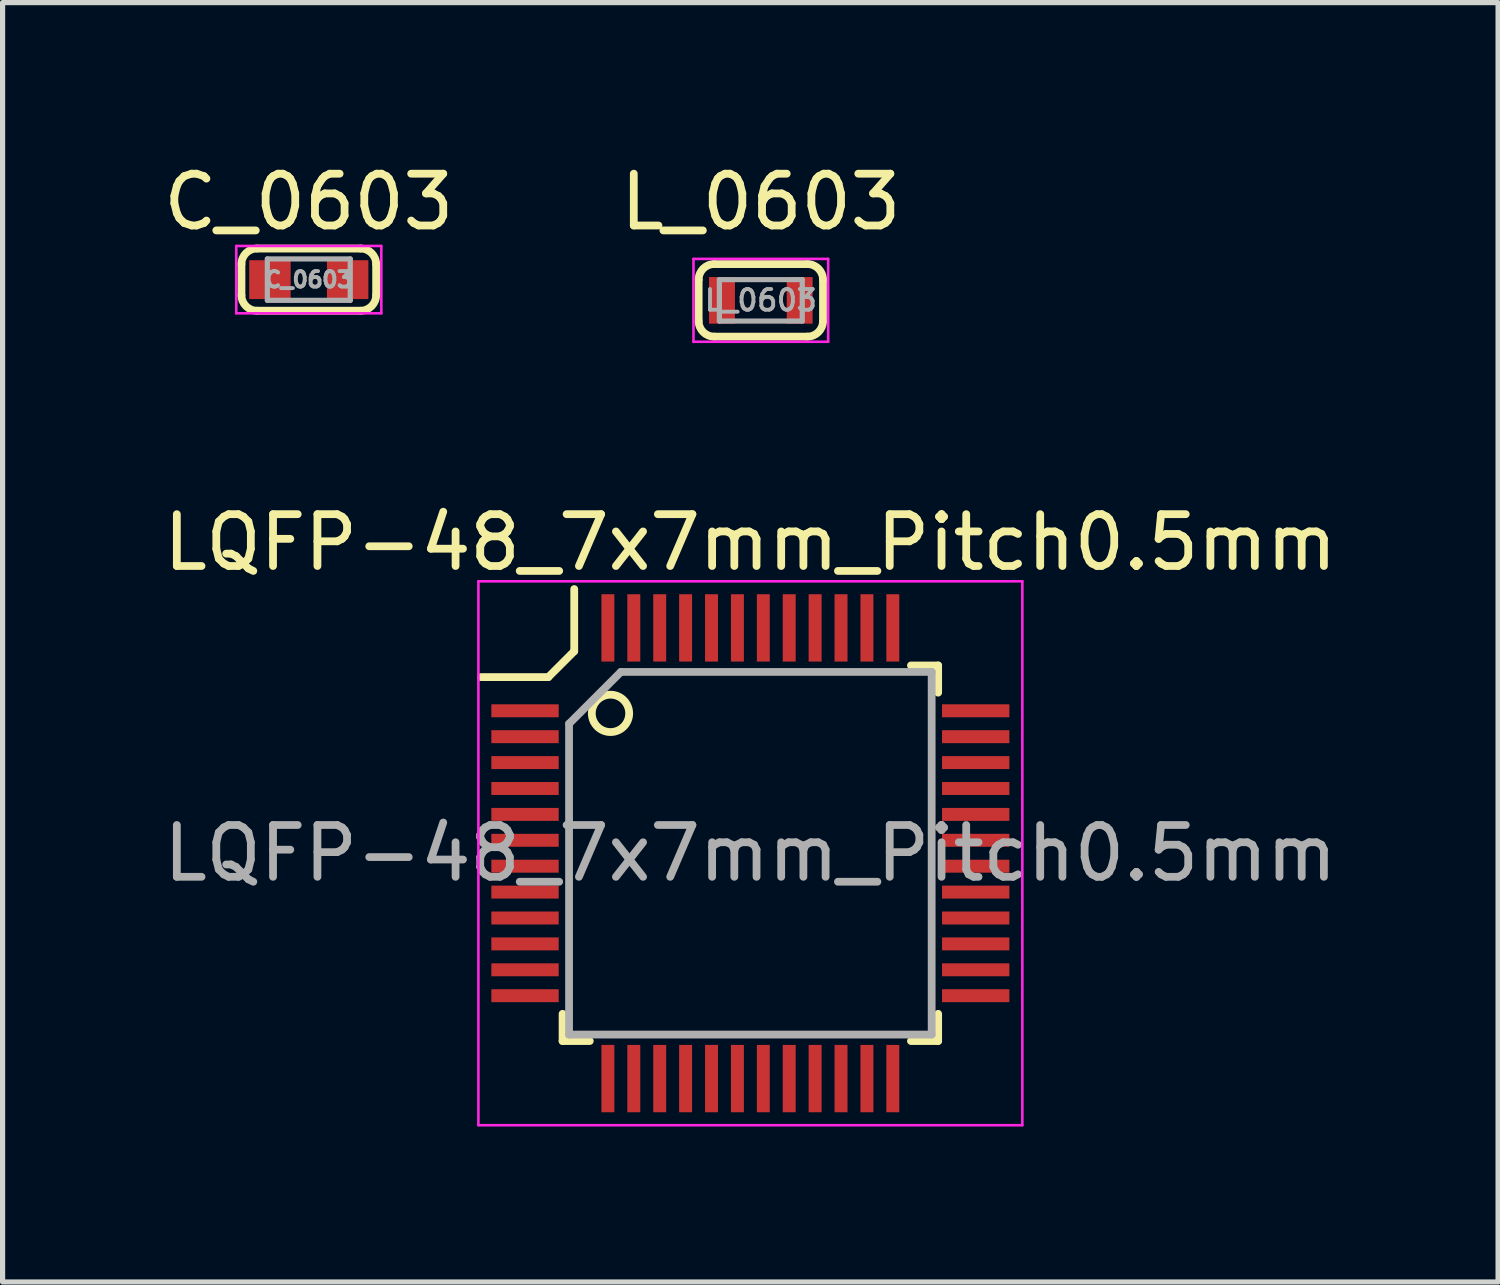
<source format=kicad_pcb>
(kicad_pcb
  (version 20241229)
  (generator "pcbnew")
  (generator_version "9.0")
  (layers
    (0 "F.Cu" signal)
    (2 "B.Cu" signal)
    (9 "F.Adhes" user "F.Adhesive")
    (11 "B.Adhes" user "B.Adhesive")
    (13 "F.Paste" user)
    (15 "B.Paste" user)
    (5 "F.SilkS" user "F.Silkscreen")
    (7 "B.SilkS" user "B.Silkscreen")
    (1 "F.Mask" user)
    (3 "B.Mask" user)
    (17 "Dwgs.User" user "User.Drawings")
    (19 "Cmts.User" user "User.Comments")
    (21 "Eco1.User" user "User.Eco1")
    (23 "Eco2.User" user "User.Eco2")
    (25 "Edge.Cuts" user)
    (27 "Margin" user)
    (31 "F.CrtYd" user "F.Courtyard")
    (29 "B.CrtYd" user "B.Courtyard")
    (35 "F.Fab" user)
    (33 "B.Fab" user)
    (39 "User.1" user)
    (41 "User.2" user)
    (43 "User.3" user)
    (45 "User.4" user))
  (footprint "C_0603"
    (layer "F.Cu")
    (at 2.911 2.348)
    (property "Reference" "C_0603" (at 0 -1.5 0) (layer "F.SilkS") (effects (font (size 1 1) (thickness 0.15))))
    (attr smd)
    (fp_line (start -1.3 0.3) (end -1.3 -0.3) (stroke (width 0.15) (type solid)) (layer "F.SilkS"))
    (fp_line (start -1 -0.6) (end 1 -0.6) (stroke (width 0.15) (type solid)) (layer "F.SilkS"))
    (fp_line (start 1 0.6) (end -1 0.6) (stroke (width 0.15) (type solid)) (layer "F.SilkS"))
    (fp_line (start 1.3 -0.3) (end 1.3 0.3) (stroke (width 0.15) (type solid)) (layer "F.SilkS"))
    (fp_arc (start -1.3 -0.3) (mid -1.212132 -0.512132) (end -1 -0.6) (stroke (width 0.15) (type solid)) (layer "F.SilkS"))
    (fp_arc (start -1 0.6) (mid -1.212132 0.512132) (end -1.3 0.3) (stroke (width 0.15) (type solid)) (layer "F.SilkS"))
    (fp_arc (start 1 -0.6) (mid 1.212132 -0.512132) (end 1.3 -0.3) (stroke (width 0.15) (type solid)) (layer "F.SilkS"))
    (fp_arc (start 1.3 0.3) (mid 1.212132 0.512132) (end 1 0.6) (stroke (width 0.15) (type solid)) (layer "F.SilkS"))
    (fp_line (start -1.4 -0.65) (end -1.4 0.65) (stroke (width 0.05) (type solid)) (layer "F.CrtYd"))
    (fp_line (start -1.4 -0.65) (end 1.4 -0.65) (stroke (width 0.05) (type solid)) (layer "F.CrtYd"))
    (fp_line (start 1.4 0.65) (end -1.4 0.65) (stroke (width 0.05) (type solid)) (layer "F.CrtYd"))
    (fp_line (start 1.4 0.65) (end 1.4 -0.65) (stroke (width 0.05) (type solid)) (layer "F.CrtYd"))
    (fp_line (start -0.8 -0.4) (end 0.8 -0.4) (stroke (width 0.1) (type solid)) (layer "F.Fab"))
    (fp_line (start -0.8 0.4) (end -0.8 -0.4) (stroke (width 0.1) (type solid)) (layer "F.Fab"))
    (fp_line (start 0.8 -0.4) (end 0.8 0.4) (stroke (width 0.1) (type solid)) (layer "F.Fab"))
    (fp_line (start 0.8 0.4) (end -0.8 0.4) (stroke (width 0.1) (type solid)) (layer "F.Fab"))
    (fp_text user "${REFERENCE}" (at 0 0 0) (layer "F.Fab") (effects (font (size 0.3 0.3) (thickness 0.075))))
    (pad "1" smd rect (at -0.75 0) (size 0.8 0.75) (layers "F.Cu" "F.Mask" "F.Paste"))
    (pad "2" smd rect (at 0.75 0) (size 0.8 0.75) (layers "F.Cu" "F.Mask" "F.Paste")))
  (footprint "L_0603"
    (layer "F.Cu")
    (at 11.637 2.748)
    (property "Reference" "L_0603" (at 0 -1.9 0) (layer "F.SilkS") (effects (font (size 1 1) (thickness 0.15))))
    (attr smd)
    (fp_line (start -1.2 -0.4) (end -1.2 0.4) (stroke (width 0.15) (type solid)) (layer "F.SilkS"))
    (fp_line (start -0.9 -0.7) (end 0.9 -0.7) (stroke (width 0.15) (type solid)) (layer "F.SilkS"))
    (fp_line (start -0.9 0.7) (end 0.9 0.7) (stroke (width 0.15) (type solid)) (layer "F.SilkS"))
    (fp_line (start 1.2 -0.4) (end 1.2 0.4) (stroke (width 0.15) (type solid)) (layer "F.SilkS"))
    (fp_arc (start -1.2 -0.4) (mid -1.112132 -0.612132) (end -0.9 -0.7) (stroke (width 0.15) (type solid)) (layer "F.SilkS"))
    (fp_arc (start -0.9 0.7) (mid -1.112132 0.612132) (end -1.2 0.4) (stroke (width 0.15) (type solid)) (layer "F.SilkS"))
    (fp_arc (start 0.9 -0.7) (mid 1.112132 -0.612132) (end 1.2 -0.4) (stroke (width 0.15) (type solid)) (layer "F.SilkS"))
    (fp_arc (start 1.2 0.4) (mid 1.112132 0.612132) (end 0.9 0.7) (stroke (width 0.15) (type solid)) (layer "F.SilkS"))
    (fp_line (start -1.3 -0.8) (end -1.3 0.8) (stroke (width 0.05) (type solid)) (layer "F.CrtYd"))
    (fp_line (start -1.3 -0.8) (end 1.3 -0.8) (stroke (width 0.05) (type solid)) (layer "F.CrtYd"))
    (fp_line (start -1.3 0.8) (end 1.3 0.8) (stroke (width 0.05) (type solid)) (layer "F.CrtYd"))
    (fp_line (start 1.3 -0.8) (end 1.3 0.8) (stroke (width 0.05) (type solid)) (layer "F.CrtYd"))
    (fp_line (start -0.8 -0.4) (end 0.8 -0.4) (stroke (width 0.1) (type solid)) (layer "F.Fab"))
    (fp_line (start -0.8 0.4) (end -0.8 -0.4) (stroke (width 0.1) (type solid)) (layer "F.Fab"))
    (fp_line (start 0.8 -0.4) (end 0.8 0.4) (stroke (width 0.1) (type solid)) (layer "F.Fab"))
    (fp_line (start 0.8 0.4) (end -0.8 0.4) (stroke (width 0.1) (type solid)) (layer "F.Fab"))
    (fp_text user "${REFERENCE}" (at 0 0 0) (layer "F.Fab") (effects (font (size 0.4 0.4) (thickness 0.075))))
    (pad "1" smd rect (at -0.75 0) (size 0.5 0.9) (layers "F.Cu" "F.Mask" "F.Paste"))
    (pad "2" smd rect (at 0.75 0) (size 0.5 0.9) (layers "F.Cu" "F.Mask" "F.Paste")))
  (footprint "LQFP-48_7x7mm_Pitch0.5mm"
    (layer "F.Cu")
    (at 11.435 13.421)
    (property "Reference" "LQFP-48_7x7mm_Pitch0.5mm" (at 0 -6 0) (layer "F.SilkS") (effects (font (size 1 1) (thickness 0.15))))
    (attr smd)
    (fp_line (start -5.2 -3.4) (end -3.9 -3.4) (stroke (width 0.15) (type solid)) (layer "F.SilkS"))
    (fp_line (start -3.9 -3.4) (end -3.4 -3.9) (stroke (width 0.15) (type solid)) (layer "F.SilkS"))
    (fp_line (start -3.625 3.625) (end -3.625 3.1) (stroke (width 0.15) (type solid)) (layer "F.SilkS"))
    (fp_line (start -3.625 3.625) (end -3.1 3.625) (stroke (width 0.15) (type solid)) (layer "F.SilkS"))
    (fp_line (start -3.4 -3.9) (end -3.4 -5.1) (stroke (width 0.15) (type solid)) (layer "F.SilkS"))
    (fp_line (start 3.625 -3.625) (end 3.1 -3.625) (stroke (width 0.15) (type solid)) (layer "F.SilkS"))
    (fp_line (start 3.625 -3.625) (end 3.625 -3.1) (stroke (width 0.15) (type solid)) (layer "F.SilkS"))
    (fp_line (start 3.625 3.625) (end 3.1 3.625) (stroke (width 0.15) (type solid)) (layer "F.SilkS"))
    (fp_line (start 3.625 3.625) (end 3.625 3.1) (stroke (width 0.15) (type solid)) (layer "F.SilkS"))
    (fp_circle (center -2.7 -2.7) (end -2.5 -2.4) (stroke (width 0.15) (type solid)) (fill no) (layer "F.SilkS"))
    (fp_line (start -5.25 -5.25) (end -5.25 5.25) (stroke (width 0.05) (type solid)) (layer "F.CrtYd"))
    (fp_line (start -5.25 -5.25) (end 5.25 -5.25) (stroke (width 0.05) (type solid)) (layer "F.CrtYd"))
    (fp_line (start -5.25 5.25) (end 5.25 5.25) (stroke (width 0.05) (type solid)) (layer "F.CrtYd"))
    (fp_line (start 5.25 -5.25) (end 5.25 5.25) (stroke (width 0.05) (type solid)) (layer "F.CrtYd"))
    (fp_line (start -3.5 -2.5) (end -2.5 -3.5) (stroke (width 0.15) (type solid)) (layer "F.Fab"))
    (fp_line (start -3.5 3.5) (end -3.5 -2.5) (stroke (width 0.15) (type solid)) (layer "F.Fab"))
    (fp_line (start -2.5 -3.5) (end 3.5 -3.5) (stroke (width 0.15) (type solid)) (layer "F.Fab"))
    (fp_line (start 3.5 -3.5) (end 3.5 3.5) (stroke (width 0.15) (type solid)) (layer "F.Fab"))
    (fp_line (start 3.5 3.5) (end -3.5 3.5) (stroke (width 0.15) (type solid)) (layer "F.Fab"))
    (fp_text user "${REFERENCE}" (at 0 0 0) (layer "F.Fab") (effects (font (size 1 1) (thickness 0.15))))
    (pad "1" smd rect (at -4.35 -2.75) (size 1.3 0.25) (layers "F.Cu" "F.Mask" "F.Paste"))
    (pad "2" smd rect (at -4.35 -2.25) (size 1.3 0.25) (layers "F.Cu" "F.Mask" "F.Paste"))
    (pad "3" smd rect (at -4.35 -1.75) (size 1.3 0.25) (layers "F.Cu" "F.Mask" "F.Paste"))
    (pad "4" smd rect (at -4.35 -1.25) (size 1.3 0.25) (layers "F.Cu" "F.Mask" "F.Paste"))
    (pad "5" smd rect (at -4.35 -0.75) (size 1.3 0.25) (layers "F.Cu" "F.Mask" "F.Paste"))
    (pad "6" smd rect (at -4.35 -0.25) (size 1.3 0.25) (layers "F.Cu" "F.Mask" "F.Paste"))
    (pad "7" smd rect (at -4.35 0.25) (size 1.3 0.25) (layers "F.Cu" "F.Mask" "F.Paste"))
    (pad "8" smd rect (at -4.35 0.75) (size 1.3 0.25) (layers "F.Cu" "F.Mask" "F.Paste"))
    (pad "9" smd rect (at -4.35 1.25) (size 1.3 0.25) (layers "F.Cu" "F.Mask" "F.Paste"))
    (pad "10" smd rect (at -4.35 1.75) (size 1.3 0.25) (layers "F.Cu" "F.Mask" "F.Paste"))
    (pad "11" smd rect (at -4.35 2.25) (size 1.3 0.25) (layers "F.Cu" "F.Mask" "F.Paste"))
    (pad "12" smd rect (at -4.35 2.75) (size 1.3 0.25) (layers "F.Cu" "F.Mask" "F.Paste"))
    (pad "13" smd rect (at -2.75 4.35 90) (size 1.3 0.25) (layers "F.Cu" "F.Mask" "F.Paste"))
    (pad "14" smd rect (at -2.25 4.35 90) (size 1.3 0.25) (layers "F.Cu" "F.Mask" "F.Paste"))
    (pad "15" smd rect (at -1.75 4.35 90) (size 1.3 0.25) (layers "F.Cu" "F.Mask" "F.Paste"))
    (pad "16" smd rect (at -1.25 4.35 90) (size 1.3 0.25) (layers "F.Cu" "F.Mask" "F.Paste"))
    (pad "17" smd rect (at -0.75 4.35 90) (size 1.3 0.25) (layers "F.Cu" "F.Mask" "F.Paste"))
    (pad "18" smd rect (at -0.25 4.35 90) (size 1.3 0.25) (layers "F.Cu" "F.Mask" "F.Paste"))
    (pad "19" smd rect (at 0.25 4.35 90) (size 1.3 0.25) (layers "F.Cu" "F.Mask" "F.Paste"))
    (pad "20" smd rect (at 0.75 4.35 90) (size 1.3 0.25) (layers "F.Cu" "F.Mask" "F.Paste"))
    (pad "21" smd rect (at 1.25 4.35 90) (size 1.3 0.25) (layers "F.Cu" "F.Mask" "F.Paste"))
    (pad "22" smd rect (at 1.75 4.35 90) (size 1.3 0.25) (layers "F.Cu" "F.Mask" "F.Paste"))
    (pad "23" smd rect (at 2.25 4.35 90) (size 1.3 0.25) (layers "F.Cu" "F.Mask" "F.Paste"))
    (pad "24" smd rect (at 2.75 4.35 90) (size 1.3 0.25) (layers "F.Cu" "F.Mask" "F.Paste"))
    (pad "25" smd rect (at 4.35 2.75) (size 1.3 0.25) (layers "F.Cu" "F.Mask" "F.Paste"))
    (pad "26" smd rect (at 4.35 2.25) (size 1.3 0.25) (layers "F.Cu" "F.Mask" "F.Paste"))
    (pad "27" smd rect (at 4.35 1.75) (size 1.3 0.25) (layers "F.Cu" "F.Mask" "F.Paste"))
    (pad "28" smd rect (at 4.35 1.25) (size 1.3 0.25) (layers "F.Cu" "F.Mask" "F.Paste"))
    (pad "29" smd rect (at 4.35 0.75) (size 1.3 0.25) (layers "F.Cu" "F.Mask" "F.Paste"))
    (pad "30" smd rect (at 4.35 0.25) (size 1.3 0.25) (layers "F.Cu" "F.Mask" "F.Paste"))
    (pad "31" smd rect (at 4.35 -0.25) (size 1.3 0.25) (layers "F.Cu" "F.Mask" "F.Paste"))
    (pad "32" smd rect (at 4.35 -0.75) (size 1.3 0.25) (layers "F.Cu" "F.Mask" "F.Paste"))
    (pad "33" smd rect (at 4.35 -1.25) (size 1.3 0.25) (layers "F.Cu" "F.Mask" "F.Paste"))
    (pad "34" smd rect (at 4.35 -1.75) (size 1.3 0.25) (layers "F.Cu" "F.Mask" "F.Paste"))
    (pad "35" smd rect (at 4.35 -2.25) (size 1.3 0.25) (layers "F.Cu" "F.Mask" "F.Paste"))
    (pad "36" smd rect (at 4.35 -2.75) (size 1.3 0.25) (layers "F.Cu" "F.Mask" "F.Paste"))
    (pad "37" smd rect (at 2.75 -4.35 90) (size 1.3 0.25) (layers "F.Cu" "F.Mask" "F.Paste"))
    (pad "38" smd rect (at 2.25 -4.35 90) (size 1.3 0.25) (layers "F.Cu" "F.Mask" "F.Paste"))
    (pad "39" smd rect (at 1.75 -4.35 90) (size 1.3 0.25) (layers "F.Cu" "F.Mask" "F.Paste"))
    (pad "40" smd rect (at 1.25 -4.35 90) (size 1.3 0.25) (layers "F.Cu" "F.Mask" "F.Paste"))
    (pad "41" smd rect (at 0.75 -4.35 90) (size 1.3 0.25) (layers "F.Cu" "F.Mask" "F.Paste"))
    (pad "42" smd rect (at 0.25 -4.35 90) (size 1.3 0.25) (layers "F.Cu" "F.Mask" "F.Paste"))
    (pad "43" smd rect (at -0.25 -4.35 90) (size 1.3 0.25) (layers "F.Cu" "F.Mask" "F.Paste"))
    (pad "44" smd rect (at -0.75 -4.35 90) (size 1.3 0.25) (layers "F.Cu" "F.Mask" "F.Paste"))
    (pad "45" smd rect (at -1.25 -4.35 90) (size 1.3 0.25) (layers "F.Cu" "F.Mask" "F.Paste"))
    (pad "46" smd rect (at -1.75 -4.35 90) (size 1.3 0.25) (layers "F.Cu" "F.Mask" "F.Paste"))
    (pad "47" smd rect (at -2.25 -4.35 90) (size 1.3 0.25) (layers "F.Cu" "F.Mask" "F.Paste"))
    (pad "48" smd rect (at -2.75 -4.35 90) (size 1.3 0.25) (layers "F.Cu" "F.Mask" "F.Paste")))
  (gr_rect
    (start -3 -3)
    (end 25.869 21.697)
    (stroke (width 0.1) (type default))
    (fill no)
    (layer "Edge.Cuts")))
</source>
